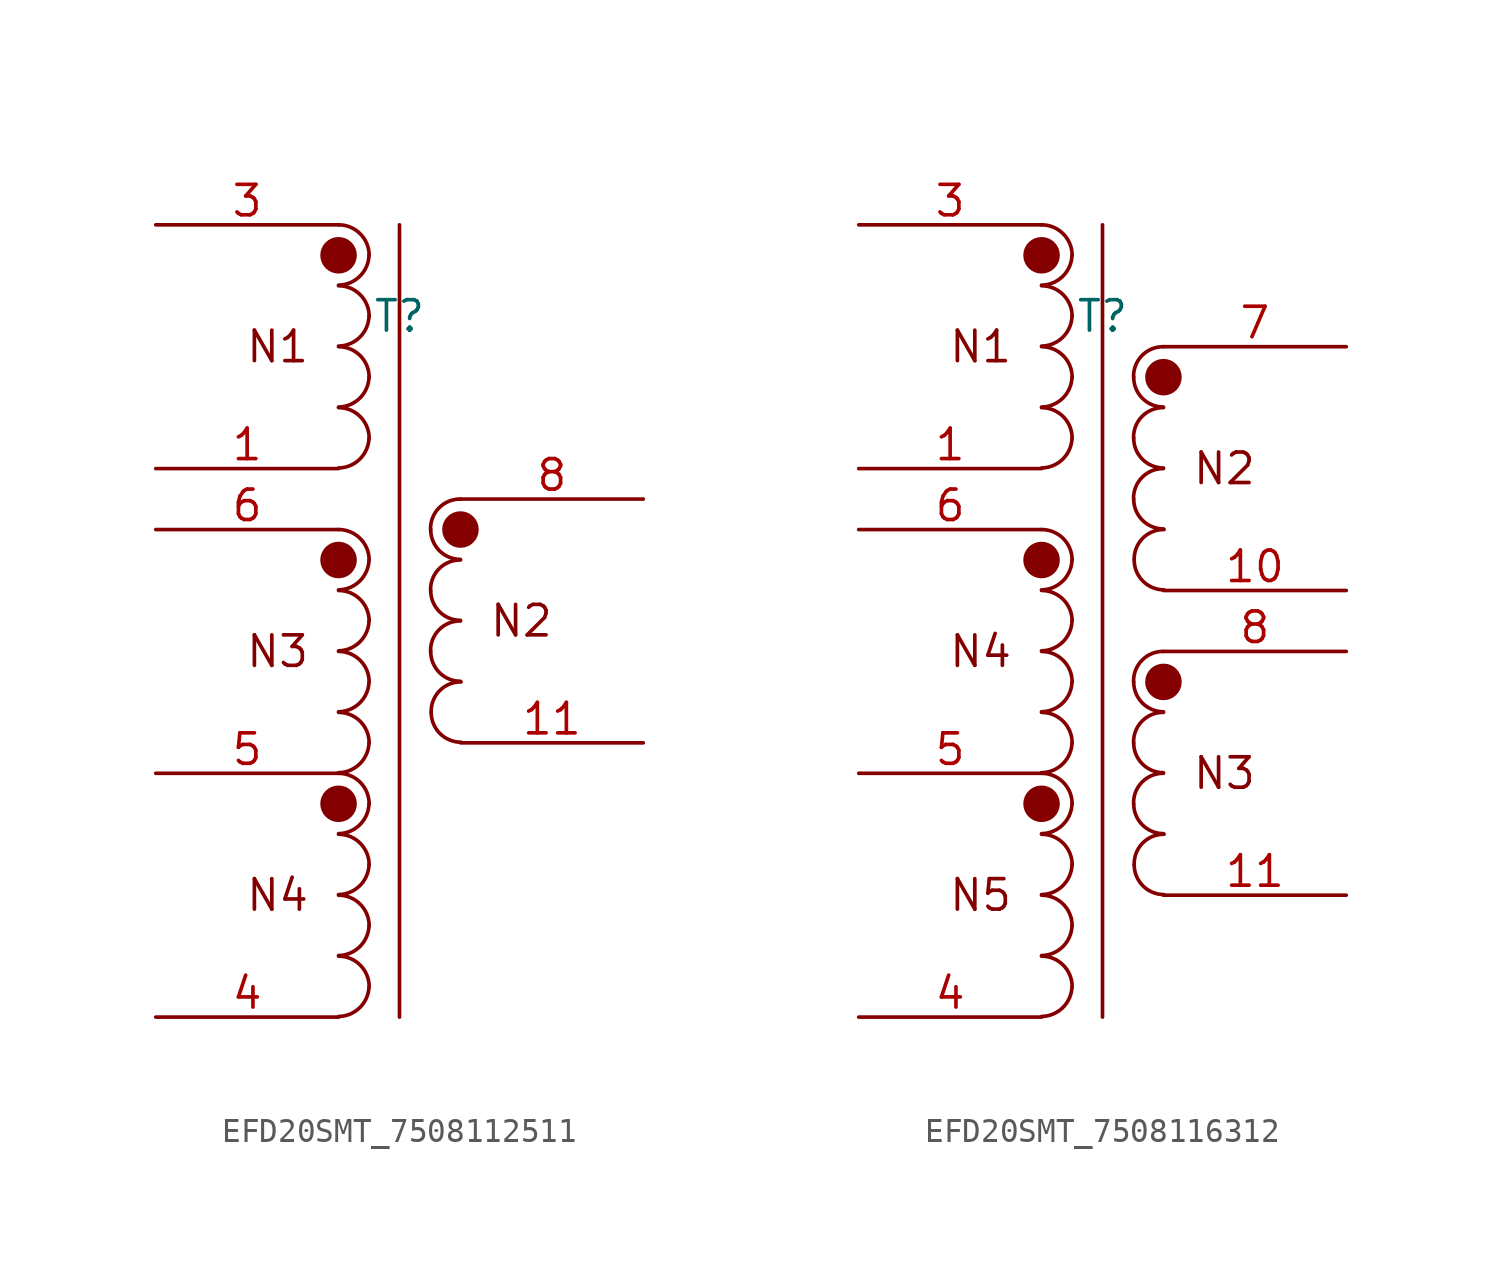
<source format=kicad_sym>
(kicad_symbol_lib
  (version 20220914)
  (generator kicad_symbol_editor)
  (symbol "EFD20SMT_7508112511"
    (pin_names hide)
    (property "Reference" "T"
      (at 0 12.7 0)
      (effects (font (size 1.27 1.27))))
    (symbol "EFD20SMT_7508112511_0_1"
      (arc (start -2.54 -16.4846) (mid -1.6561 -16.1163) (end -1.27 -15.24) (stroke (width 0) (type default)) (fill (type none)))
      (arc (start -2.54 -13.9446) (mid -1.6561 -13.5763) (end -1.27 -12.7) (stroke (width 0) (type default)) (fill (type none)))
      (arc (start -2.54 -11.4046) (mid -1.6561 -11.0363) (end -1.27 -10.16) (stroke (width 0) (type default)) (fill (type none)))
      (arc (start -2.54 -8.8646) (mid -1.6561 -8.4963) (end -1.27 -7.62) (stroke (width 0) (type default)) (fill (type none)))
      (arc (start -2.54 -6.3246) (mid -1.6561 -5.9563) (end -1.27 -5.08) (stroke (width 0) (type default)) (fill (type none)))
      (arc (start -2.54 -3.7846) (mid -1.6561 -3.4163) (end -1.27 -2.54) (stroke (width 0) (type default)) (fill (type none)))
      (arc (start -2.54 -1.2446) (mid -1.6561 -0.8763) (end -1.27 0) (stroke (width 0) (type default)) (fill (type none)))
      (arc (start -2.54 1.2954) (mid -1.6561 1.6637) (end -1.27 2.54) (stroke (width 0) (type default)) (fill (type none)))
      (arc (start -2.54 6.3754) (mid -1.6561 6.7437) (end -1.27 7.62) (stroke (width 0) (type default)) (fill (type none)))
      (arc (start -2.54 8.9154) (mid -1.6561 9.2837) (end -1.27 10.16) (stroke (width 0) (type default)) (fill (type none)))
      (arc (start -2.54 11.4554) (mid -1.6561 11.8237) (end -1.27 12.7) (stroke (width 0) (type default)) (fill (type none)))
      (arc (start -2.54 13.9954) (mid -1.6561 14.3637) (end -1.27 15.24) (stroke (width 0) (type default)) (fill (type none)))
      (arc (start -1.27 -15.24) (mid -1.642 -14.342) (end -2.54 -13.97) (stroke (width 0) (type default)) (fill (type none)))
      (arc (start -1.27 -12.7) (mid -1.642 -11.802) (end -2.54 -11.43) (stroke (width 0) (type default)) (fill (type none)))
      (arc (start -1.27 -10.16) (mid -1.642 -9.262) (end -2.54 -8.89) (stroke (width 0) (type default)) (fill (type none)))
      (arc (start -1.27 -7.62) (mid -1.642 -6.722) (end -2.54 -6.35) (stroke (width 0) (type default)) (fill (type none)))
      (arc (start -1.27 -5.08) (mid -1.642 -4.182) (end -2.54 -3.81) (stroke (width 0) (type default)) (fill (type none)))
      (arc (start -1.27 -2.54) (mid -1.642 -1.642) (end -2.54 -1.27) (stroke (width 0) (type default)) (fill (type none)))
      (arc (start -1.27 0) (mid -1.642 0.898) (end -2.54 1.27) (stroke (width 0) (type default)) (fill (type none)))
      (arc (start -1.27 2.54) (mid -1.642 3.438) (end -2.54 3.81) (stroke (width 0) (type default)) (fill (type none)))
      (arc (start -1.27 7.62) (mid -1.642 8.518) (end -2.54 8.89) (stroke (width 0) (type default)) (fill (type none)))
      (arc (start -1.27 10.16) (mid -1.642 11.058) (end -2.54 11.43) (stroke (width 0) (type default)) (fill (type none)))
      (arc (start -1.27 12.7) (mid -1.642 13.598) (end -2.54 13.97) (stroke (width 0) (type default)) (fill (type none)))
      (arc (start -1.27 15.24) (mid -1.642 16.138) (end -2.54 16.51) (stroke (width 0) (type default)) (fill (type none)))
      (polyline (pts (xy 0 16.51) (xy 0 -16.51)) (stroke (width 0) (type default)) (fill (type none)))
      (arc (start 1.2954 -1.27) (mid 1.6599 -2.1501) (end 2.54 -2.5146) (stroke (width 0) (type default)) (fill (type none)))
      (arc (start 1.2954 1.27) (mid 1.6599 0.3899) (end 2.54 0.0254) (stroke (width 0) (type default)) (fill (type none)))
      (arc (start 1.2954 3.81) (mid 1.6599 2.9299) (end 2.54 2.5654) (stroke (width 0) (type default)) (fill (type none)))
      (arc (start 1.3208 -3.81) (mid 1.6853 -4.6901) (end 2.5654 -5.0546) (stroke (width 0) (type default)) (fill (type none)))
      (arc (start 2.54 0) (mid 1.642 -0.372) (end 1.2954 -1.27) (stroke (width 0) (type default)) (fill (type none)))
      (arc (start 2.54 2.54) (mid 1.642 2.168) (end 1.2954 1.27) (stroke (width 0) (type default)) (fill (type none)))
      (arc (start 2.54 5.08) (mid 1.642 4.708) (end 1.2954 3.81) (stroke (width 0) (type default)) (fill (type none)))
      (arc (start 2.5654 -2.54) (mid 1.6674 -2.912) (end 1.3208 -3.81) (stroke (width 0) (type default)) (fill (type none))))
    (symbol "EFD20SMT_7508112511_1_1"
      (circle (center -2.54 -7.62) (radius 0.0001) (stroke (width 0.762) (type default)) (fill (type none)))
      (circle (center -2.54 2.54) (radius 0.0001) (stroke (width 0.762) (type default)) (fill (type none)))
      (circle (center -2.54 15.24) (radius 0.0001) (stroke (width 0.762) (type default)) (fill (type none)))
      (circle (center 2.54 3.81) (radius 0.0001) (stroke (width 0.762) (type default)) (fill (type none)))
      (text "N1" (at -5.08 11.43 0) (effects (font (size 1.27 1.27))))
      (text "N2" (at 5.08 0 0) (effects (font (size 1.27 1.27))))
      (text "N3" (at -5.08 -1.27 0) (effects (font (size 1.27 1.27))))
      (text "N4" (at -5.08 -11.43 0) (effects (font (size 1.27 1.27))))
      (pin passive line (at -10.16 6.35 0) (length 7.62) (name "1" (effects (font (size 1.27 1.27)))) (number "1" (effects (font (size 1.27 1.27)))))
      (pin passive line (at 10.16 -5.08 180) (length 7.62) (name "11" (effects (font (size 1.27 1.27)))) (number "11" (effects (font (size 1.27 1.27)))))
      (pin passive line (at -10.16 16.51 0) (length 7.62) (name "3" (effects (font (size 1.27 1.27)))) (number "3" (effects (font (size 1.27 1.27)))))
      (pin passive line (at -10.16 -16.51 0) (length 7.62) (name "4" (effects (font (size 1.27 1.27)))) (number "4" (effects (font (size 1.27 1.27)))))
      (pin passive line (at -10.16 -6.35 0) (length 7.62) (name "5" (effects (font (size 1.27 1.27)))) (number "5" (effects (font (size 1.27 1.27)))))
      (pin passive line (at -10.16 3.81 0) (length 7.62) (name "6" (effects (font (size 1.27 1.27)))) (number "6" (effects (font (size 1.27 1.27)))))
      (pin passive line (at 10.16 5.08 180) (length 7.62) (name "8" (effects (font (size 1.27 1.27)))) (number "8" (effects (font (size 1.27 1.27)))))))
  (symbol "EFD20SMT_7508116312"
    (pin_names hide)
    (property "Reference" "T"
      (at 0 12.7 0)
      (effects (font (size 1.27 1.27))))
    (symbol "EFD20SMT_7508116312_0_1"
      (arc (start -2.54 -16.4846) (mid -1.6561 -16.1163) (end -1.27 -15.24) (stroke (width 0) (type default)) (fill (type none)))
      (arc (start -2.54 -13.9446) (mid -1.6561 -13.5763) (end -1.27 -12.7) (stroke (width 0) (type default)) (fill (type none)))
      (arc (start -2.54 -11.4046) (mid -1.6561 -11.0363) (end -1.27 -10.16) (stroke (width 0) (type default)) (fill (type none)))
      (arc (start -2.54 -8.8646) (mid -1.6561 -8.4963) (end -1.27 -7.62) (stroke (width 0) (type default)) (fill (type none)))
      (arc (start -2.54 -6.3246) (mid -1.6561 -5.9563) (end -1.27 -5.08) (stroke (width 0) (type default)) (fill (type none)))
      (arc (start -2.54 -3.7846) (mid -1.6561 -3.4163) (end -1.27 -2.54) (stroke (width 0) (type default)) (fill (type none)))
      (arc (start -2.54 -1.2446) (mid -1.6561 -0.8763) (end -1.27 0) (stroke (width 0) (type default)) (fill (type none)))
      (arc (start -2.54 1.2954) (mid -1.6561 1.6637) (end -1.27 2.54) (stroke (width 0) (type default)) (fill (type none)))
      (arc (start -2.54 6.3754) (mid -1.6561 6.7437) (end -1.27 7.62) (stroke (width 0) (type default)) (fill (type none)))
      (arc (start -2.54 8.9154) (mid -1.6561 9.2837) (end -1.27 10.16) (stroke (width 0) (type default)) (fill (type none)))
      (arc (start -2.54 11.4554) (mid -1.6561 11.8237) (end -1.27 12.7) (stroke (width 0) (type default)) (fill (type none)))
      (arc (start -2.54 13.9954) (mid -1.6561 14.3637) (end -1.27 15.24) (stroke (width 0) (type default)) (fill (type none)))
      (arc (start -1.27 -15.24) (mid -1.642 -14.342) (end -2.54 -13.97) (stroke (width 0) (type default)) (fill (type none)))
      (arc (start -1.27 -12.7) (mid -1.642 -11.802) (end -2.54 -11.43) (stroke (width 0) (type default)) (fill (type none)))
      (arc (start -1.27 -10.16) (mid -1.642 -9.262) (end -2.54 -8.89) (stroke (width 0) (type default)) (fill (type none)))
      (arc (start -1.27 -7.62) (mid -1.642 -6.722) (end -2.54 -6.35) (stroke (width 0) (type default)) (fill (type none)))
      (arc (start -1.27 -5.08) (mid -1.642 -4.182) (end -2.54 -3.81) (stroke (width 0) (type default)) (fill (type none)))
      (arc (start -1.27 -2.54) (mid -1.642 -1.642) (end -2.54 -1.27) (stroke (width 0) (type default)) (fill (type none)))
      (arc (start -1.27 0) (mid -1.642 0.898) (end -2.54 1.27) (stroke (width 0) (type default)) (fill (type none)))
      (arc (start -1.27 2.54) (mid -1.642 3.438) (end -2.54 3.81) (stroke (width 0) (type default)) (fill (type none)))
      (arc (start -1.27 7.62) (mid -1.642 8.518) (end -2.54 8.89) (stroke (width 0) (type default)) (fill (type none)))
      (arc (start -1.27 10.16) (mid -1.642 11.058) (end -2.54 11.43) (stroke (width 0) (type default)) (fill (type none)))
      (arc (start -1.27 12.7) (mid -1.642 13.598) (end -2.54 13.97) (stroke (width 0) (type default)) (fill (type none)))
      (arc (start -1.27 15.24) (mid -1.642 16.138) (end -2.54 16.51) (stroke (width 0) (type default)) (fill (type none)))
      (polyline (pts (xy 0 16.51) (xy 0 -16.51)) (stroke (width 0) (type default)) (fill (type none)))
      (arc (start 1.2954 -7.62) (mid 1.6599 -8.5001) (end 2.54 -8.8646) (stroke (width 0) (type default)) (fill (type none)))
      (arc (start 1.2954 -5.08) (mid 1.6599 -5.9601) (end 2.54 -6.3246) (stroke (width 0) (type default)) (fill (type none)))
      (arc (start 1.2954 -2.54) (mid 1.6599 -3.4201) (end 2.54 -3.7846) (stroke (width 0) (type default)) (fill (type none)))
      (arc (start 1.2954 5.08) (mid 1.6599 4.1999) (end 2.54 3.8354) (stroke (width 0) (type default)) (fill (type none)))
      (arc (start 1.2954 7.62) (mid 1.6599 6.7399) (end 2.54 6.3754) (stroke (width 0) (type default)) (fill (type none)))
      (arc (start 1.2954 10.16) (mid 1.6599 9.2799) (end 2.54 8.9154) (stroke (width 0) (type default)) (fill (type none)))
      (arc (start 1.3208 -10.16) (mid 1.6854 -11.0399) (end 2.5654 -11.4046) (stroke (width 0) (type default)) (fill (type none)))
      (arc (start 1.3208 2.54) (mid 1.6855 1.6601) (end 2.5654 1.2954) (stroke (width 0) (type default)) (fill (type none)))
      (arc (start 2.54 -6.35) (mid 1.6458 -6.7185) (end 1.2954 -7.62) (stroke (width 0) (type default)) (fill (type none)))
      (arc (start 2.54 -3.81) (mid 1.6458 -4.1785) (end 1.2954 -5.08) (stroke (width 0) (type default)) (fill (type none)))
      (arc (start 2.54 -1.27) (mid 1.6458 -1.6385) (end 1.2954 -2.54) (stroke (width 0) (type default)) (fill (type none)))
      (arc (start 2.54 6.35) (mid 1.6458 5.9815) (end 1.2954 5.08) (stroke (width 0) (type default)) (fill (type none)))
      (arc (start 2.54 8.89) (mid 1.6458 8.5215) (end 1.2954 7.62) (stroke (width 0) (type default)) (fill (type none)))
      (arc (start 2.54 11.43) (mid 1.6458 11.0615) (end 1.2954 10.16) (stroke (width 0) (type default)) (fill (type none)))
      (arc (start 2.5654 -8.89) (mid 1.6709 -9.2583) (end 1.3208 -10.16) (stroke (width 0) (type default)) (fill (type none)))
      (arc (start 2.5654 3.81) (mid 1.6709 3.4417) (end 1.3208 2.54) (stroke (width 0) (type default)) (fill (type none))))
    (symbol "EFD20SMT_7508116312_1_1"
      (circle (center -2.54 -7.62) (radius 0.0001) (stroke (width 0.762) (type default)) (fill (type none)))
      (circle (center -2.54 2.54) (radius 0.0001) (stroke (width 0.762) (type default)) (fill (type none)))
      (circle (center -2.54 15.24) (radius 0.0001) (stroke (width 0.762) (type default)) (fill (type none)))
      (circle (center 2.54 -2.54) (radius 0.0001) (stroke (width 0.762) (type default)) (fill (type none)))
      (circle (center 2.54 10.16) (radius 0.0001) (stroke (width 0.762) (type default)) (fill (type none)))
      (text "N1" (at -5.08 11.43 0) (effects (font (size 1.27 1.27))))
      (text "N2" (at 5.08 6.35 0) (effects (font (size 1.27 1.27))))
      (text "N3" (at 5.08 -6.35 0) (effects (font (size 1.27 1.27))))
      (text "N4" (at -5.08 -1.27 0) (effects (font (size 1.27 1.27))))
      (text "N5" (at -5.08 -11.43 0) (effects (font (size 1.27 1.27))))
      (pin passive line (at -10.16 6.35 0) (length 7.62) (name "1" (effects (font (size 1.27 1.27)))) (number "1" (effects (font (size 1.27 1.27)))))
      (pin passive line (at 10.16 1.27 180) (length 7.62) (name "10" (effects (font (size 1.27 1.27)))) (number "10" (effects (font (size 1.27 1.27)))))
      (pin passive line (at 10.16 -11.43 180) (length 7.62) (name "11" (effects (font (size 1.27 1.27)))) (number "11" (effects (font (size 1.27 1.27)))))
      (pin passive line (at -10.16 16.51 0) (length 7.62) (name "3" (effects (font (size 1.27 1.27)))) (number "3" (effects (font (size 1.27 1.27)))))
      (pin passive line (at -10.16 -16.51 0) (length 7.62) (name "4" (effects (font (size 1.27 1.27)))) (number "4" (effects (font (size 1.27 1.27)))))
      (pin passive line (at -10.16 -6.35 0) (length 7.62) (name "5" (effects (font (size 1.27 1.27)))) (number "5" (effects (font (size 1.27 1.27)))))
      (pin passive line (at -10.16 3.81 0) (length 7.62) (name "6" (effects (font (size 1.27 1.27)))) (number "6" (effects (font (size 1.27 1.27)))))
      (pin passive line (at 10.16 11.43 180) (length 7.62) (name "7" (effects (font (size 1.27 1.27)))) (number "7" (effects (font (size 1.27 1.27)))))
      (pin passive line (at 10.16 -1.27 180) (length 7.62) (name "8" (effects (font (size 1.27 1.27)))) (number "8" (effects (font (size 1.27 1.27))))))))
</source>
